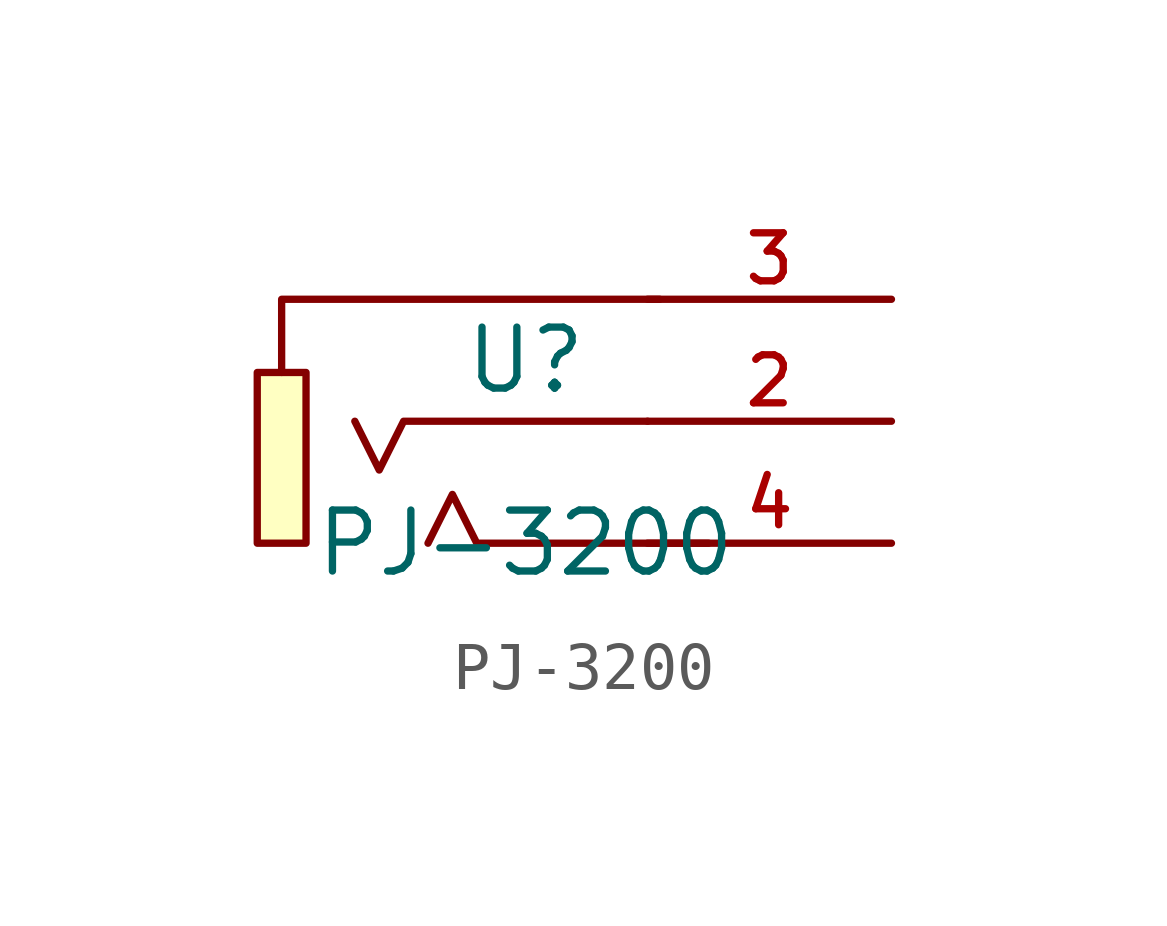
<source format=kicad_sym>
(kicad_symbol_lib
  (version 20210201)
  (generator TousstNicolas/JLC2KiCad_lib)
  (symbol "PJ-3200"
    (pin_names hide)
    (property "Reference" "U"
      (at 0 1.27 0)
      (effects (font (size 1.27 1.27))))
    (property "Value" "PJ-3200"
      (at 0 -2.54 0)
      (effects (font (size 1.27 1.27))))
    (symbol "PJ-3200_0_1"
      (pin unspecified line (at 7.62 -2.54 180) (length 5.08) (name "4" (effects (font (size 1 1)))) (number "4" (effects (font (size 1 1)))))
      (pin unspecified line (at 7.62 -0.0 180) (length 5.08) (name "2" (effects (font (size 1 1)))) (number "2" (effects (font (size 1 1)))))
      (pin unspecified line (at 7.62 2.54 180) (length 5.08) (name "3" (effects (font (size 1 1)))) (number "3" (effects (font (size 1 1)))))
      (polyline (pts (xy 3.81 -2.54) (xy -1.016 -2.54) (xy -1.524 -1.524) (xy -2.032 -2.54)) (stroke (width 0) (type default) (color 0 0 0 0)) (fill (type none)))
      (polyline (pts (xy 2.54 -0.0) (xy -2.54 -0.0) (xy -3.048 -1.016) (xy -3.556 -0.0)) (stroke (width 0) (type default) (color 0 0 0 0)) (fill (type none)))
      (rectangle (start -5.588 1.016) (end -4.572 -2.54) (stroke (width 0) (type default) (color 0 0 0 0)) (fill (type background)))
      (polyline (pts (xy 2.794 2.54) (xy -5.08 2.54) (xy -5.08 1.016)) (stroke (width 0) (type default) (color 0 0 0 0)) (fill (type none))))))
</source>
